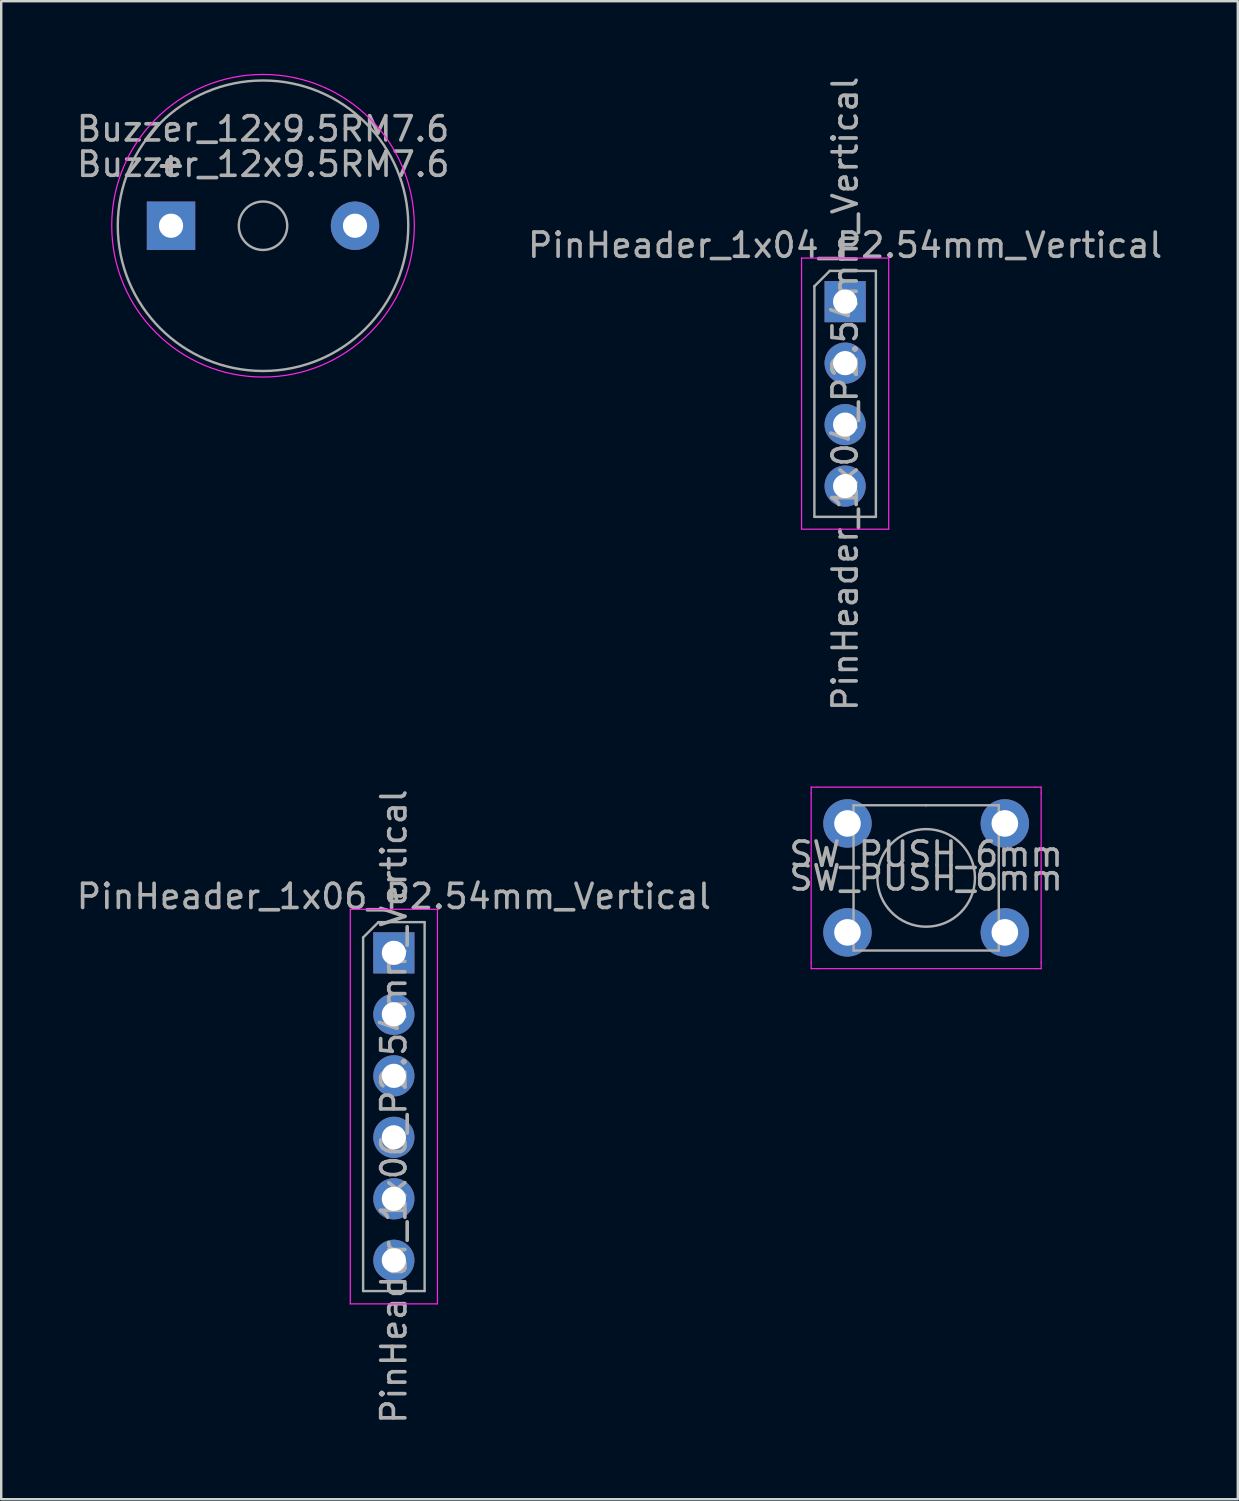
<source format=kicad_pcb>
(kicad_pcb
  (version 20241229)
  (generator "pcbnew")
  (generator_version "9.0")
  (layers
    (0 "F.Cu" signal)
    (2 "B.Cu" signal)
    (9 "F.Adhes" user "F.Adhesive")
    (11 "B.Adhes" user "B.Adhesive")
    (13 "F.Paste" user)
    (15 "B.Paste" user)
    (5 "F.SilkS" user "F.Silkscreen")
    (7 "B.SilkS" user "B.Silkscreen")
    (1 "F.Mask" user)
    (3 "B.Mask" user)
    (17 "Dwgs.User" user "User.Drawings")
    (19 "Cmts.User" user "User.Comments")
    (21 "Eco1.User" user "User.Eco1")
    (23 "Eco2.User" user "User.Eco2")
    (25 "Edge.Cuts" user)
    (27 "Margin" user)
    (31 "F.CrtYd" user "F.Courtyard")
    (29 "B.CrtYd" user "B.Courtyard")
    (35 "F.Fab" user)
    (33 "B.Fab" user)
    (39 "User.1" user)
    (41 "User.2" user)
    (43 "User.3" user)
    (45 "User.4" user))
  (footprint "SW_PUSH_6mm"
    (layer "F.Cu")
    (at 31.958 30.965)
    (property "Reference" "SW_PUSH_6mm" (at 3.25 1.27 0) (layer "F.Fab") (effects (font (size 1 1) (thickness 0.15))))
    (attr through_hole)
    (fp_line (start -1.5 -1.5) (end -1.25 -1.5) (stroke (width 0.05) (type solid)) (layer "F.CrtYd"))
    (fp_line (start -1.5 -1.25) (end -1.5 -1.5) (stroke (width 0.05) (type solid)) (layer "F.CrtYd"))
    (fp_line (start -1.5 5.75) (end -1.5 -1.25) (stroke (width 0.05) (type solid)) (layer "F.CrtYd"))
    (fp_line (start -1.5 5.75) (end -1.5 6) (stroke (width 0.05) (type solid)) (layer "F.CrtYd"))
    (fp_line (start -1.5 6) (end -1.25 6) (stroke (width 0.05) (type solid)) (layer "F.CrtYd"))
    (fp_line (start -1.25 -1.5) (end 7.75 -1.5) (stroke (width 0.05) (type solid)) (layer "F.CrtYd"))
    (fp_line (start 7.75 -1.5) (end 8 -1.5) (stroke (width 0.05) (type solid)) (layer "F.CrtYd"))
    (fp_line (start 7.75 6) (end -1.25 6) (stroke (width 0.05) (type solid)) (layer "F.CrtYd"))
    (fp_line (start 7.75 6) (end 8 6) (stroke (width 0.05) (type solid)) (layer "F.CrtYd"))
    (fp_line (start 8 -1.5) (end 8 -1.25) (stroke (width 0.05) (type solid)) (layer "F.CrtYd"))
    (fp_line (start 8 -1.25) (end 8 5.75) (stroke (width 0.05) (type solid)) (layer "F.CrtYd"))
    (fp_line (start 8 6) (end 8 5.75) (stroke (width 0.05) (type solid)) (layer "F.CrtYd"))
    (fp_line (start 0.25 -0.75) (end 3.25 -0.75) (stroke (width 0.1) (type solid)) (layer "F.Fab"))
    (fp_line (start 0.25 5.25) (end 0.25 -0.75) (stroke (width 0.1) (type solid)) (layer "F.Fab"))
    (fp_line (start 3.25 -0.75) (end 6.25 -0.75) (stroke (width 0.1) (type solid)) (layer "F.Fab"))
    (fp_line (start 6.25 -0.75) (end 6.25 5.25) (stroke (width 0.1) (type solid)) (layer "F.Fab"))
    (fp_line (start 6.25 5.25) (end 0.25 5.25) (stroke (width 0.1) (type solid)) (layer "F.Fab"))
    (fp_circle (center 3.25 2.25) (end 1.25 2.5) (stroke (width 0.1) (type solid)) (fill no) (layer "F.Fab"))
    (fp_text user "${REFERENCE}" (at 3.25 2.25 0) (layer "F.Fab") (effects (font (size 1 1) (thickness 0.15))))
    (pad "1" thru_hole circle (at 0 0 90) (size 2 2) (drill 1.1) (layers "*.Cu" "*.Mask"))
    (pad "1" thru_hole circle (at 6.5 0 90) (size 2 2) (drill 1.1) (layers "*.Cu" "*.Mask"))
    (pad "2" thru_hole circle (at 0 4.5 90) (size 2 2) (drill 1.1) (layers "*.Cu" "*.Mask"))
    (pad "2" thru_hole circle (at 6.5 4.5 90) (size 2 2) (drill 1.1) (layers "*.Cu" "*.Mask")))
  (footprint "PinHeader_1x06_P2.54mm_Vertical"
    (layer "F.Cu")
    (at 13.22 36.311)
    (property "Reference" "PinHeader_1x06_P2.54mm_Vertical" (at 0 -2.33 0) (layer "F.Fab") (effects (font (size 1 1) (thickness 0.15))))
    (attr through_hole)
    (fp_line (start -1.8 -1.8) (end -1.8 14.5) (stroke (width 0.05) (type solid)) (layer "F.CrtYd"))
    (fp_line (start -1.8 14.5) (end 1.8 14.5) (stroke (width 0.05) (type solid)) (layer "F.CrtYd"))
    (fp_line (start 1.8 -1.8) (end -1.8 -1.8) (stroke (width 0.05) (type solid)) (layer "F.CrtYd"))
    (fp_line (start 1.8 14.5) (end 1.8 -1.8) (stroke (width 0.05) (type solid)) (layer "F.CrtYd"))
    (fp_line (start -1.27 -0.635) (end -0.635 -1.27) (stroke (width 0.1) (type solid)) (layer "F.Fab"))
    (fp_line (start -1.27 13.97) (end -1.27 -0.635) (stroke (width 0.1) (type solid)) (layer "F.Fab"))
    (fp_line (start -0.635 -1.27) (end 1.27 -1.27) (stroke (width 0.1) (type solid)) (layer "F.Fab"))
    (fp_line (start 1.27 -1.27) (end 1.27 13.97) (stroke (width 0.1) (type solid)) (layer "F.Fab"))
    (fp_line (start 1.27 13.97) (end -1.27 13.97) (stroke (width 0.1) (type solid)) (layer "F.Fab"))
    (fp_text user "${REFERENCE}" (at 0 6.35 90) (layer "F.Fab") (effects (font (size 1 1) (thickness 0.15))))
    (pad "1" thru_hole rect (at 0 0) (size 1.7 1.7) (drill 1) (layers "*.Cu" "*.Mask"))
    (pad "2" thru_hole oval (at 0 2.54) (size 1.7 1.7) (drill 1) (layers "*.Cu" "*.Mask"))
    (pad "3" thru_hole oval (at 0 5.08) (size 1.7 1.7) (drill 1) (layers "*.Cu" "*.Mask"))
    (pad "4" thru_hole oval (at 0 7.62) (size 1.7 1.7) (drill 1) (layers "*.Cu" "*.Mask"))
    (pad "5" thru_hole oval (at 0 10.16) (size 1.7 1.7) (drill 1) (layers "*.Cu" "*.Mask"))
    (pad "6" thru_hole oval (at 0 12.7) (size 1.7 1.7) (drill 1) (layers "*.Cu" "*.Mask")))
  (footprint "PinHeader_1x04_P2.54mm_Vertical"
    (layer "F.Cu")
    (at 31.861 9.41)
    (property "Reference" "PinHeader_1x04_P2.54mm_Vertical" (at 0 -2.33 0) (layer "F.Fab") (effects (font (size 1 1) (thickness 0.15))))
    (attr through_hole)
    (fp_line (start -1.8 -1.8) (end -1.8 9.4) (stroke (width 0.05) (type solid)) (layer "F.CrtYd"))
    (fp_line (start -1.8 9.4) (end 1.8 9.4) (stroke (width 0.05) (type solid)) (layer "F.CrtYd"))
    (fp_line (start 1.8 -1.8) (end -1.8 -1.8) (stroke (width 0.05) (type solid)) (layer "F.CrtYd"))
    (fp_line (start 1.8 9.4) (end 1.8 -1.8) (stroke (width 0.05) (type solid)) (layer "F.CrtYd"))
    (fp_line (start -1.27 -0.635) (end -0.635 -1.27) (stroke (width 0.1) (type solid)) (layer "F.Fab"))
    (fp_line (start -1.27 8.89) (end -1.27 -0.635) (stroke (width 0.1) (type solid)) (layer "F.Fab"))
    (fp_line (start -0.635 -1.27) (end 1.27 -1.27) (stroke (width 0.1) (type solid)) (layer "F.Fab"))
    (fp_line (start 1.27 -1.27) (end 1.27 8.89) (stroke (width 0.1) (type solid)) (layer "F.Fab"))
    (fp_line (start 1.27 8.89) (end -1.27 8.89) (stroke (width 0.1) (type solid)) (layer "F.Fab"))
    (fp_text user "${REFERENCE}" (at 0 3.81 90) (layer "F.Fab") (effects (font (size 1 1) (thickness 0.15))))
    (pad "1" thru_hole rect (at 0 0) (size 1.7 1.7) (drill 1) (layers "*.Cu" "*.Mask"))
    (pad "2" thru_hole oval (at 0 2.54) (size 1.7 1.7) (drill 1) (layers "*.Cu" "*.Mask"))
    (pad "3" thru_hole oval (at 0 5.08) (size 1.7 1.7) (drill 1) (layers "*.Cu" "*.Mask"))
    (pad "4" thru_hole oval (at 0 7.62) (size 1.7 1.7) (drill 1) (layers "*.Cu" "*.Mask")))
  (footprint "Buzzer_12x9.5RM7.6"
    (layer "F.Cu")
    (at 4.015 6.275)
    (property "Reference" "Buzzer_12x9.5RM7.6" (at 3.81 -2.54 180) (layer "F.Fab") (effects (font (size 1 1) (thickness 0.15))))
    (attr through_hole)
    (fp_circle (center 3.8 0) (end 10.05 0) (stroke (width 0.05) (type solid)) (fill no) (layer "F.CrtYd"))
    (fp_circle (center 3.8 0) (end 4.8 0) (stroke (width 0.1) (type solid)) (fill no) (layer "F.Fab"))
    (fp_circle (center 3.8 0) (end 9.8 0) (stroke (width 0.1) (type solid)) (fill no) (layer "F.Fab"))
    (fp_text user "+" (at -0.01 -2.54 180) (layer "F.SilkS") (effects (font (size 1 1) (thickness 0.15))))
    (fp_text user "${REFERENCE}" (at 3.8 -4 180) (layer "F.Fab") (effects (font (size 1 1) (thickness 0.15))))
    (fp_text user "+" (at -0.01 -2.54 180) (layer "F.Fab") (effects (font (size 1 1) (thickness 0.15))))
    (pad "1" thru_hole rect (at 0 0) (size 2 2) (drill 1) (layers "*.Cu" "*.Mask"))
    (pad "2" thru_hole circle (at 7.6 0) (size 2 2) (drill 1) (layers "*.Cu" "*.Mask")))
  (gr_rect
    (start -3 -3)
    (end 48.081 58.881)
    (stroke (width 0.1) (type default))
    (fill no)
    (layer "Edge.Cuts")))
</source>
